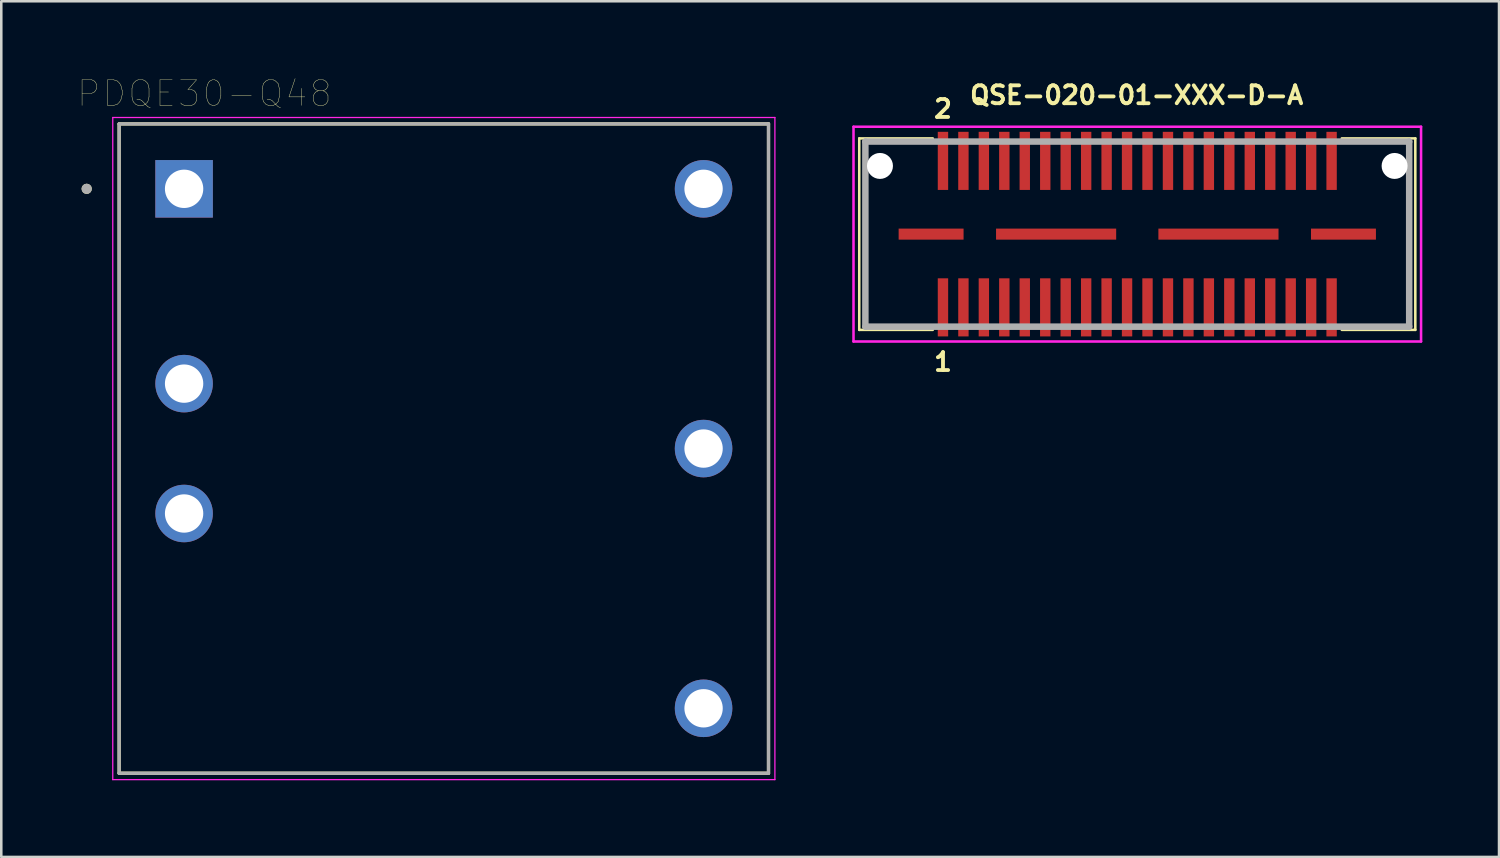
<source format=kicad_pcb>
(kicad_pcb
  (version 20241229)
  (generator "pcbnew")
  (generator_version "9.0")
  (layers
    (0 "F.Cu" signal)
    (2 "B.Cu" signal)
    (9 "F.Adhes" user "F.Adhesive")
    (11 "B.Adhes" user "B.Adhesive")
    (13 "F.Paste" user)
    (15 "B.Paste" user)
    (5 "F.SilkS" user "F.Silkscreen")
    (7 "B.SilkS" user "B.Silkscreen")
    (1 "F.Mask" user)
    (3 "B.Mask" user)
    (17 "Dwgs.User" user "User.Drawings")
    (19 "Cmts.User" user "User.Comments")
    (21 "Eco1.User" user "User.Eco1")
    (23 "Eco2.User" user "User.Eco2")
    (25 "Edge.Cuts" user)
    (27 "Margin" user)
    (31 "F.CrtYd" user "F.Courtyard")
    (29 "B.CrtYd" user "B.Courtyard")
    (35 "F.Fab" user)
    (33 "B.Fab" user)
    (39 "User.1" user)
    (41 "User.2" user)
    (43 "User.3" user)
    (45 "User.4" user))
  (footprint "QSE-020-01-XXX-D-A"
    (layer "F.Cu")
    (at 41.436 6.108)
    (property "Reference" "QSE-020-01-XXX-D-A" (at -0.025 -5.436 0) (layer "F.SilkS") (effects (font (size 0.7 0.7) (thickness 0.15))))
    (attr through_hole)
    (fp_line (start -10.875 -3.745) (end -10.875 3.745) (stroke (width 0.1) (type solid)) (layer "F.SilkS"))
    (fp_line (start -10.875 -3.745) (end -8 -3.745) (stroke (width 0.1) (type solid)) (layer "F.SilkS"))
    (fp_line (start -10.875 3.745) (end -8 3.745) (stroke (width 0.1) (type solid)) (layer "F.SilkS"))
    (fp_line (start 10.875 -3.745) (end 8 -3.745) (stroke (width 0.1) (type solid)) (layer "F.SilkS"))
    (fp_line (start 10.875 3.745) (end 8 3.745) (stroke (width 0.1) (type solid)) (layer "F.SilkS"))
    (fp_line (start 10.875 3.745) (end 10.875 -3.745) (stroke (width 0.1) (type solid)) (layer "F.SilkS"))
    (fp_line (start -11.1 4.2) (end -11.1 -4.2) (stroke (width 0.1) (type solid)) (layer "F.CrtYd"))
    (fp_line (start -11.1 4.2) (end 11.1 4.2) (stroke (width 0.1) (type solid)) (layer "F.CrtYd"))
    (fp_line (start 11.1 -4.2) (end -11.1 -4.2) (stroke (width 0.1) (type solid)) (layer "F.CrtYd"))
    (fp_line (start 11.1 -4.2) (end 11.1 4.2) (stroke (width 0.1) (type solid)) (layer "F.CrtYd"))
    (fp_line (start -10.636 -3.62) (end 10.636 -3.62) (stroke (width 0.254) (type solid)) (layer "F.Fab"))
    (fp_line (start -10.636 3.62) (end -10.636 -3.62) (stroke (width 0.254) (type solid)) (layer "F.Fab"))
    (fp_line (start 10.636 -3.62) (end 10.636 3.62) (stroke (width 0.254) (type solid)) (layer "F.Fab"))
    (fp_line (start 10.636 3.62) (end -10.636 3.62) (stroke (width 0.254) (type solid)) (layer "F.Fab"))
    (fp_text user "1" (at -7.6 5 0) (layer "F.SilkS") (effects (font (size 0.7 0.7) (thickness 0.15))))
    (fp_text user "2" (at -7.6 -4.9 0) (layer "F.SilkS") (effects (font (size 0.7 0.7) (thickness 0.15))))
    (pad "" np_thru_hole circle (at -10.065 -2.667) (size 1.016 1.016) (drill 1.016) (layers "*.Cu" "*.Mask"))
    (pad "" np_thru_hole circle (at 10.065 -2.667) (size 1.016 1.016) (drill 1.016) (layers "*.Cu" "*.Mask"))
    (pad "1" smd rect (at -7.601 2.865) (size 0.406 2.273) (layers "F.Cu" "F.Mask" "F.Paste"))
    (pad "2" smd rect (at -7.601 -2.865) (size 0.406 2.273) (layers "F.Cu" "F.Mask" "F.Paste"))
    (pad "3" smd rect (at -6.801 2.865) (size 0.406 2.273) (layers "F.Cu" "F.Mask" "F.Paste"))
    (pad "4" smd rect (at -6.801 -2.865) (size 0.406 2.273) (layers "F.Cu" "F.Mask" "F.Paste"))
    (pad "5" smd rect (at -6.001 2.865) (size 0.406 2.273) (layers "F.Cu" "F.Mask" "F.Paste"))
    (pad "6" smd rect (at -6.001 -2.865) (size 0.406 2.273) (layers "F.Cu" "F.Mask" "F.Paste"))
    (pad "7" smd rect (at -5.201 2.865) (size 0.406 2.273) (layers "F.Cu" "F.Mask" "F.Paste"))
    (pad "8" smd rect (at -5.201 -2.865) (size 0.406 2.273) (layers "F.Cu" "F.Mask" "F.Paste"))
    (pad "9" smd rect (at -4.401 2.865) (size 0.406 2.273) (layers "F.Cu" "F.Mask" "F.Paste"))
    (pad "10" smd rect (at -4.401 -2.865) (size 0.406 2.273) (layers "F.Cu" "F.Mask" "F.Paste"))
    (pad "11" smd rect (at -3.6 2.865) (size 0.406 2.273) (layers "F.Cu" "F.Mask" "F.Paste"))
    (pad "12" smd rect (at -3.6 -2.865) (size 0.406 2.273) (layers "F.Cu" "F.Mask" "F.Paste"))
    (pad "13" smd rect (at -2.8 2.865) (size 0.406 2.273) (layers "F.Cu" "F.Mask" "F.Paste"))
    (pad "14" smd rect (at -2.8 -2.865) (size 0.406 2.273) (layers "F.Cu" "F.Mask" "F.Paste"))
    (pad "15" smd rect (at -2 2.865) (size 0.406 2.273) (layers "F.Cu" "F.Mask" "F.Paste"))
    (pad "16" smd rect (at -2 -2.865) (size 0.406 2.273) (layers "F.Cu" "F.Mask" "F.Paste"))
    (pad "17" smd rect (at -1.2 2.865) (size 0.406 2.273) (layers "F.Cu" "F.Mask" "F.Paste"))
    (pad "18" smd rect (at -1.2 -2.865) (size 0.406 2.273) (layers "F.Cu" "F.Mask" "F.Paste"))
    (pad "19" smd rect (at -0.4 2.865) (size 0.406 2.273) (layers "F.Cu" "F.Mask" "F.Paste"))
    (pad "20" smd rect (at -0.4 -2.865) (size 0.406 2.273) (layers "F.Cu" "F.Mask" "F.Paste"))
    (pad "21" smd rect (at 0.4 2.865) (size 0.406 2.273) (layers "F.Cu" "F.Mask" "F.Paste"))
    (pad "22" smd rect (at 0.4 -2.865) (size 0.406 2.273) (layers "F.Cu" "F.Mask" "F.Paste"))
    (pad "23" smd rect (at 1.2 2.865) (size 0.406 2.273) (layers "F.Cu" "F.Mask" "F.Paste"))
    (pad "24" smd rect (at 1.2 -2.865) (size 0.406 2.273) (layers "F.Cu" "F.Mask" "F.Paste"))
    (pad "25" smd rect (at 2 2.865) (size 0.406 2.273) (layers "F.Cu" "F.Mask" "F.Paste"))
    (pad "26" smd rect (at 2 -2.865) (size 0.406 2.273) (layers "F.Cu" "F.Mask" "F.Paste"))
    (pad "27" smd rect (at 2.8 2.865) (size 0.406 2.273) (layers "F.Cu" "F.Mask" "F.Paste"))
    (pad "28" smd rect (at 2.8 -2.865) (size 0.406 2.273) (layers "F.Cu" "F.Mask" "F.Paste"))
    (pad "29" smd rect (at 3.6 2.865) (size 0.406 2.273) (layers "F.Cu" "F.Mask" "F.Paste"))
    (pad "30" smd rect (at 3.6 -2.865) (size 0.406 2.273) (layers "F.Cu" "F.Mask" "F.Paste"))
    (pad "31" smd rect (at 4.401 2.865) (size 0.406 2.273) (layers "F.Cu" "F.Mask" "F.Paste"))
    (pad "32" smd rect (at 4.401 -2.865) (size 0.406 2.273) (layers "F.Cu" "F.Mask" "F.Paste"))
    (pad "33" smd rect (at 5.201 2.865) (size 0.406 2.273) (layers "F.Cu" "F.Mask" "F.Paste"))
    (pad "34" smd rect (at 5.201 -2.865) (size 0.406 2.273) (layers "F.Cu" "F.Mask" "F.Paste"))
    (pad "35" smd rect (at 6.001 2.865) (size 0.406 2.273) (layers "F.Cu" "F.Mask" "F.Paste"))
    (pad "36" smd rect (at 6.001 -2.865) (size 0.406 2.273) (layers "F.Cu" "F.Mask" "F.Paste"))
    (pad "37" smd rect (at 6.801 2.865) (size 0.406 2.273) (layers "F.Cu" "F.Mask" "F.Paste"))
    (pad "38" smd rect (at 6.801 -2.865) (size 0.406 2.273) (layers "F.Cu" "F.Mask" "F.Paste"))
    (pad "39" smd rect (at 7.601 2.865) (size 0.406 2.273) (layers "F.Cu" "F.Mask" "F.Paste"))
    (pad "40" smd rect (at 7.601 -2.865) (size 0.406 2.273) (layers "F.Cu" "F.Mask" "F.Paste"))
    (pad "G1" smd rect (at -8.065 0) (size 2.54 0.432) (layers "F.Cu" "F.Mask" "F.Paste"))
    (pad "G2" smd rect (at -3.175 0) (size 4.699 0.432) (layers "F.Cu" "F.Mask" "F.Paste"))
    (pad "G3" smd rect (at 3.175 0) (size 4.699 0.432) (layers "F.Cu" "F.Mask" "F.Paste"))
    (pad "G4" smd rect (at 8.065 0) (size 2.54 0.432) (layers "F.Cu" "F.Mask" "F.Paste")))
  (footprint "PDQE30-Q48"
    (layer "F.Cu")
    (at 14.311 14.496)
    (property "Reference" "PDQE30-Q48" (at -9.365 -13.885 0) (layer "F.SilkS") (effects (font (size 1 1) (thickness 0.015))))
    (attr through_hole)
    (fp_line (start -12.7 -12.7) (end 12.7 -12.7) (stroke (width 0.127) (type solid)) (layer "F.SilkS"))
    (fp_line (start -12.7 12.7) (end -12.7 -12.7) (stroke (width 0.127) (type solid)) (layer "F.SilkS"))
    (fp_line (start 12.7 -12.7) (end 12.7 12.7) (stroke (width 0.127) (type solid)) (layer "F.SilkS"))
    (fp_line (start 12.7 12.7) (end -12.7 12.7) (stroke (width 0.127) (type solid)) (layer "F.SilkS"))
    (fp_circle (center -13.97 -10.16) (end -13.87 -10.16) (stroke (width 0.2) (type solid)) (fill no) (layer "F.SilkS"))
    (fp_line (start -12.95 -12.95) (end -12.95 12.95) (stroke (width 0.05) (type solid)) (layer "F.CrtYd"))
    (fp_line (start -12.95 12.95) (end 12.95 12.95) (stroke (width 0.05) (type solid)) (layer "F.CrtYd"))
    (fp_line (start 12.95 -12.95) (end -12.95 -12.95) (stroke (width 0.05) (type solid)) (layer "F.CrtYd"))
    (fp_line (start 12.95 12.95) (end 12.95 -12.95) (stroke (width 0.05) (type solid)) (layer "F.CrtYd"))
    (fp_line (start -12.7 -12.7) (end 12.7 -12.7) (stroke (width 0.127) (type solid)) (layer "F.Fab"))
    (fp_line (start -12.7 12.7) (end -12.7 -12.7) (stroke (width 0.127) (type solid)) (layer "F.Fab"))
    (fp_line (start 12.7 -12.7) (end 12.7 12.7) (stroke (width 0.127) (type solid)) (layer "F.Fab"))
    (fp_line (start 12.7 12.7) (end -12.7 12.7) (stroke (width 0.127) (type solid)) (layer "F.Fab"))
    (fp_circle (center -13.97 -10.16) (end -13.87 -10.16) (stroke (width 0.2) (type solid)) (fill no) (layer "F.Fab"))
    (pad "1" thru_hole rect (at -10.16 -10.16) (size 2.25 2.25) (drill 1.5) (layers "*.Cu" "*.Mask"))
    (pad "2" thru_hole circle (at -10.16 -2.54) (size 2.25 2.25) (drill 1.5) (layers "*.Cu" "*.Mask"))
    (pad "3" thru_hole circle (at -10.16 2.54) (size 2.25 2.25) (drill 1.5) (layers "*.Cu" "*.Mask"))
    (pad "4" thru_hole circle (at 10.16 10.16) (size 2.25 2.25) (drill 1.5) (layers "*.Cu" "*.Mask"))
    (pad "5" thru_hole circle (at 10.16 0) (size 2.25 2.25) (drill 1.5) (layers "*.Cu" "*.Mask"))
    (pad "6" thru_hole circle (at 10.16 -10.16) (size 2.25 2.25) (drill 1.5) (layers "*.Cu" "*.Mask")))
  (gr_rect
    (start -3 -3)
    (end 55.586 30.471)
    (stroke (width 0.1) (type default))
    (fill no)
    (layer "Edge.Cuts")))
</source>
